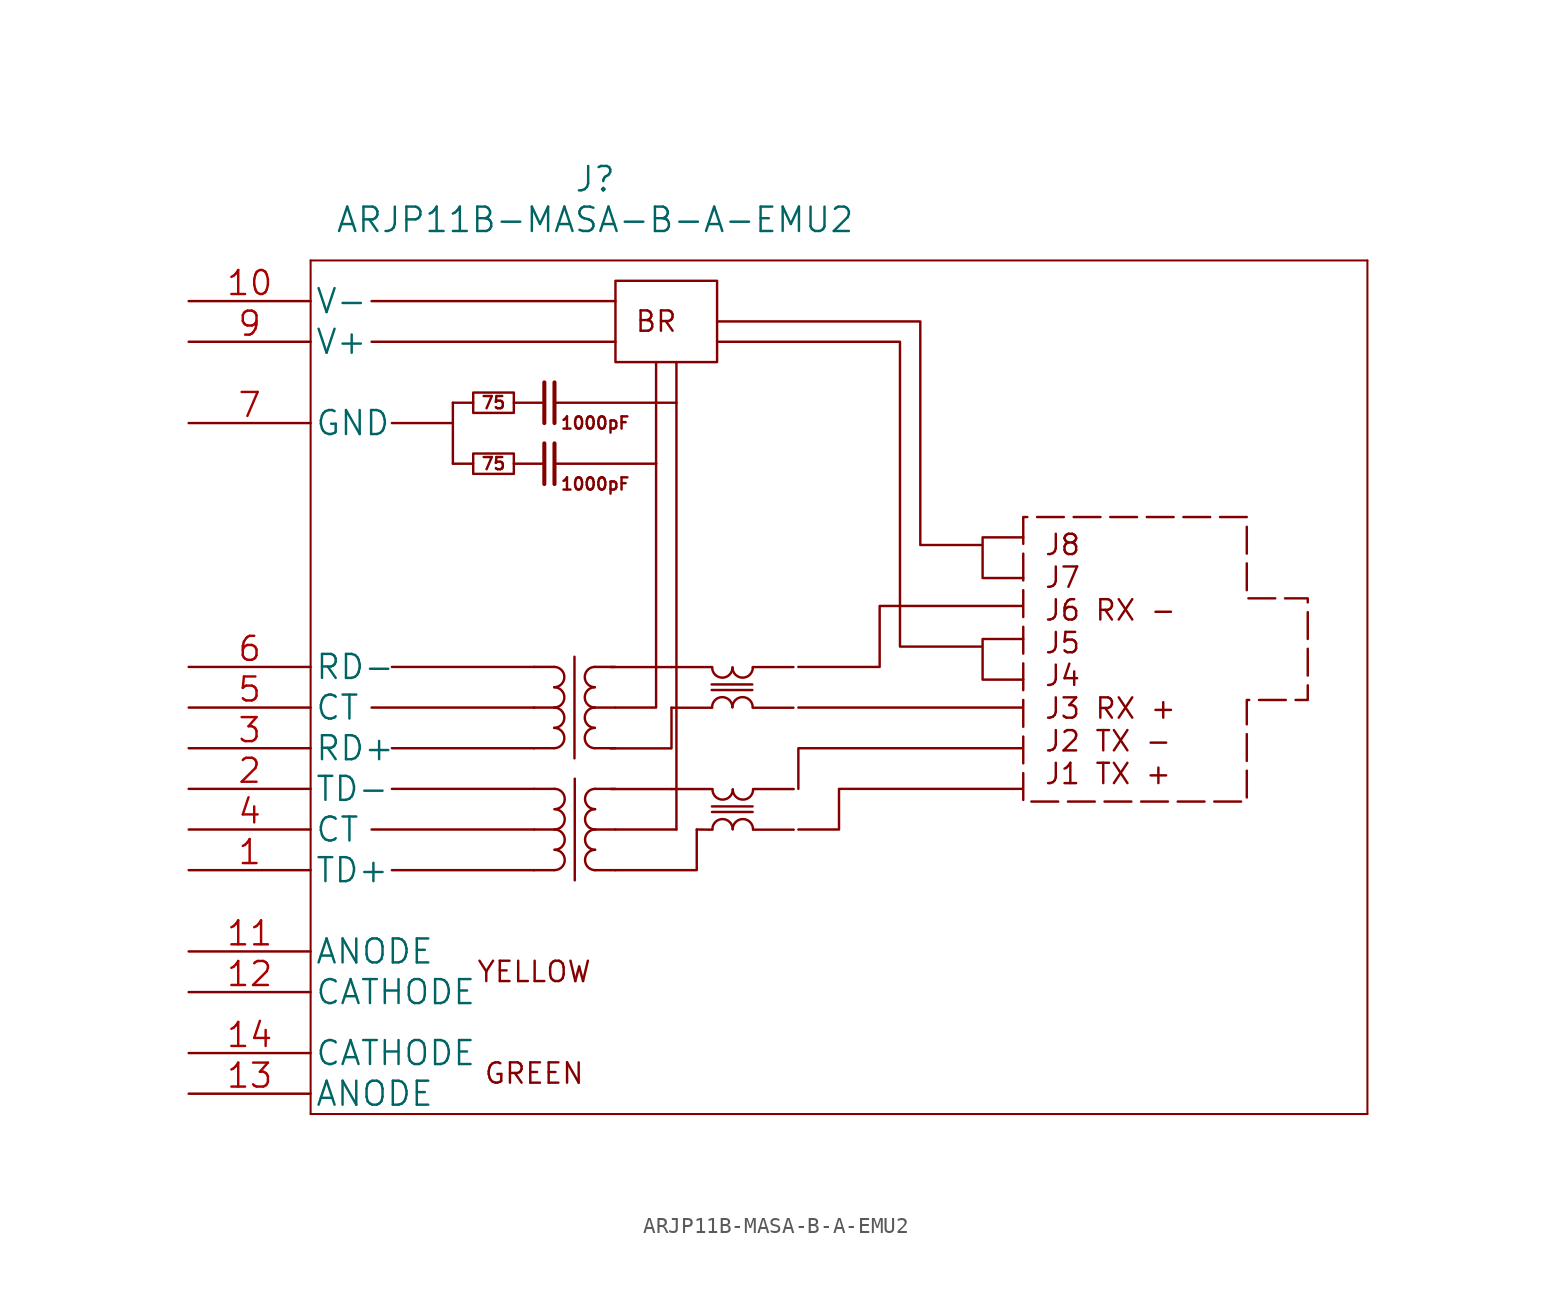
<source format=kicad_sym>
(kicad_symbol_lib
  (version 20220914)
  (generator kicad_symbol_editor)
  (symbol "ARJP11B-MASA-B-A-EMU2"
    (pin_names
      (offset 0.254))
    (property "Reference" "J"
      (at 25.4 12.7 0)
      (effects (font (size 1.524 1.524))))
    (property "Value" "ARJP11B-MASA-B-A-EMU2"
      (at 25.4 10.16 0)
      (effects (font (size 1.524 1.524))))
    (property "Datasheet" ""
      (at 0 -35.56 0)
      (effects (font (size 1.524 1.524))))
    (property "ki_locked" ""
      (at 0 0 0)
      (effects (font (size 1.27 1.27))))
    (symbol "ARJP11B-MASA-B-A-EMU2_0_0"
      (polyline (pts (xy 22.142 -5.08) (xy 20.32 -5.08)) (stroke (width 0) (type default)) (fill (type none)))
      (polyline (pts (xy 22.142 -1.27) (xy 20.32 -1.27)) (stroke (width 0) (type default)) (fill (type none)))
      (polyline (pts (xy 22.225 -3.81) (xy 22.225 -6.35)) (stroke (width 0.254) (type default)) (fill (type none)))
      (polyline (pts (xy 22.225 0) (xy 22.225 -2.54)) (stroke (width 0.254) (type default)) (fill (type none)))
      (polyline (pts (xy 22.86 -3.81) (xy 22.86 -6.35)) (stroke (width 0.254) (type default)) (fill (type none)))
      (polyline (pts (xy 22.86 0) (xy 22.86 -2.54)) (stroke (width 0.254) (type default)) (fill (type none)))
      (polyline (pts (xy 29.21 -5.08) (xy 22.86 -5.08)) (stroke (width 0) (type default)) (fill (type none)))
      (polyline (pts (xy 29.21 -1.27) (xy 22.86 -1.27)) (stroke (width 0) (type default)) (fill (type none)))
      (text "1000pF" (at 25.4 -6.35 0) (effects (font (size 0.762 0.762))))
      (text "1000pF" (at 25.4 -2.54 0) (effects (font (size 0.762 0.762))))
      (text "75" (at 19.05 -5.08 0) (effects (font (size 0.762 0.762))))
      (text "75" (at 19.05 -1.27 0) (effects (font (size 0.762 0.762)))))
    (symbol "ARJP11B-MASA-B-A-EMU2_0_1"
      (polyline (pts (xy 16.51 -5.08) (xy 17.78 -5.08)) (stroke (width 0) (type default)) (fill (type none)))
      (polyline (pts (xy 16.51 -1.27) (xy 17.78 -1.27)) (stroke (width 0) (type default)) (fill (type none)))
      (polyline (pts (xy 22.842 -22.859) (xy 21.572 -22.859)) (stroke (width 0) (type default)) (fill (type none)))
      (polyline (pts (xy 22.842 -20.319) (xy 21.572 -20.319)) (stroke (width 0) (type default)) (fill (type none)))
      (polyline (pts (xy 22.842 -17.779) (xy 21.572 -17.779)) (stroke (width 0) (type default)) (fill (type none)))
      (polyline (pts (xy 22.86 -30.48) (xy 21.59 -30.48)) (stroke (width 0) (type default)) (fill (type none)))
      (polyline (pts (xy 22.86 -27.94) (xy 21.59 -27.94)) (stroke (width 0) (type default)) (fill (type none)))
      (polyline (pts (xy 22.86 -25.4) (xy 21.59 -25.4)) (stroke (width 0) (type default)) (fill (type none)))
      (polyline (pts (xy 25.376 -22.859) (xy 26.646 -22.859)) (stroke (width 0) (type default)) (fill (type none)))
      (polyline (pts (xy 25.376 -20.319) (xy 26.646 -20.319)) (stroke (width 0) (type default)) (fill (type none)))
      (polyline (pts (xy 25.376 -17.779) (xy 26.646 -17.779)) (stroke (width 0) (type default)) (fill (type none)))
      (polyline (pts (xy 25.395 -30.48) (xy 26.665 -30.48)) (stroke (width 0) (type default)) (fill (type none)))
      (polyline (pts (xy 25.395 -27.94) (xy 26.665 -27.94)) (stroke (width 0) (type default)) (fill (type none)))
      (polyline (pts (xy 25.395 -25.4) (xy 26.665 -25.4)) (stroke (width 0) (type default)) (fill (type none)))
      (polyline (pts (xy 38.1 -20.32) (xy 52.07 -20.32)) (stroke (width 0) (type default)) (fill (type none)))
      (polyline (pts (xy 38.1 -25.4) (xy 38.1 -22.86) (xy 52.07 -22.86)) (stroke (width 0) (type default)) (fill (type none)))
      (polyline (pts (xy 38.1 -17.78) (xy 43.18 -17.78) (xy 43.18 -13.97) (xy 52.07 -13.97)) (stroke (width 0) (type default)) (fill (type none)))
      (polyline (pts (xy 49.53 -16.51) (xy 44.45 -16.51) (xy 44.45 2.54) (xy 33.02 2.54)) (stroke (width 0) (type default)) (fill (type none)))
      (polyline (pts (xy 49.53 -10.16) (xy 45.72 -10.16) (xy 45.72 3.81) (xy 33.02 3.81)) (stroke (width 0) (type default)) (fill (type none)))
      (polyline (pts (xy 52.07 -25.4) (xy 40.64 -25.4) (xy 40.64 -27.94) (xy 38.1 -27.94)) (stroke (width 0) (type default)) (fill (type none)))
      (rectangle (start 17.78 -4.445) (end 20.32 -5.715) (stroke (width 0) (type default)) (fill (type none)))
      (rectangle (start 17.78 -0.635) (end 20.32 -1.905) (stroke (width 0) (type default)) (fill (type none)))
      (arc (start 22.8418 -22.8586) (mid 23.4806 -22.2189) (end 22.8418 -21.5886) (stroke (width 0) (type default)) (fill (type none)))
      (arc (start 22.8418 -21.5886) (mid 23.4806 -20.9489) (end 22.8418 -20.3186) (stroke (width 0) (type default)) (fill (type none)))
      (arc (start 22.8418 -20.3186) (mid 23.4806 -19.6789) (end 22.8418 -19.0486) (stroke (width 0) (type default)) (fill (type none)))
      (arc (start 22.8418 -19.0486) (mid 23.4806 -18.4089) (end 22.8418 -17.7786) (stroke (width 0) (type default)) (fill (type none)))
      (arc (start 22.8684 -30.48) (mid 23.4992 -29.845) (end 22.8684 -29.21) (stroke (width 0) (type default)) (fill (type none)))
      (arc (start 22.8684 -29.21) (mid 23.4992 -28.575) (end 22.8684 -27.94) (stroke (width 0) (type default)) (fill (type none)))
      (arc (start 22.8684 -27.94) (mid 23.4992 -27.305) (end 22.8684 -26.67) (stroke (width 0) (type default)) (fill (type none)))
      (arc (start 22.8684 -26.67) (mid 23.4992 -26.035) (end 22.8684 -25.4) (stroke (width 0) (type default)) (fill (type none)))
      (arc (start 25.3764 -21.5886) (mid 24.7506 -22.2189) (end 25.3764 -22.8586) (stroke (width 0) (type default)) (fill (type none)))
      (arc (start 25.3764 -20.3186) (mid 24.7506 -20.9489) (end 25.3764 -21.5886) (stroke (width 0) (type default)) (fill (type none)))
      (arc (start 25.3764 -19.0486) (mid 24.7506 -19.6789) (end 25.3764 -20.3186) (stroke (width 0) (type default)) (fill (type none)))
      (arc (start 25.3764 -17.7786) (mid 24.7506 -18.4089) (end 25.3764 -19.0486) (stroke (width 0) (type default)) (fill (type none)))
      (arc (start 25.3946 -29.21) (mid 24.7687 -29.8454) (end 25.3946 -30.48) (stroke (width 0) (type default)) (fill (type none)))
      (arc (start 25.3946 -27.94) (mid 24.7687 -28.5754) (end 25.3946 -29.21) (stroke (width 0) (type default)) (fill (type none)))
      (arc (start 25.3946 -26.67) (mid 24.7687 -27.3054) (end 25.3946 -27.94) (stroke (width 0) (type default)) (fill (type none)))
      (arc (start 25.3946 -25.4) (mid 24.7687 -26.0354) (end 25.3946 -26.67) (stroke (width 0) (type default)) (fill (type none)))
      (arc (start 32.7136 -17.8161) (mid 33.3486 -18.4484) (end 33.9836 -17.8161) (stroke (width 0) (type default)) (fill (type none)))
      (arc (start 32.7318 -25.4375) (mid 33.3668 -26.0698) (end 34.0018 -25.4375) (stroke (width 0) (type default)) (fill (type none)))
      (arc (start 33.9782 -20.3017) (mid 33.3432 -19.6694) (end 32.7082 -20.3017) (stroke (width 0) (type default)) (fill (type none)))
      (arc (start 33.9836 -17.8161) (mid 34.6186 -18.4484) (end 35.2536 -17.8161) (stroke (width 0) (type default)) (fill (type none)))
      (arc (start 33.9964 -27.9231) (mid 33.3614 -27.2908) (end 32.7264 -27.9231) (stroke (width 0) (type default)) (fill (type none)))
      (arc (start 34.0018 -25.4375) (mid 34.6368 -26.0698) (end 35.2718 -25.4375) (stroke (width 0) (type default)) (fill (type none)))
      (arc (start 35.2482 -20.3017) (mid 34.6132 -19.6694) (end 33.9782 -20.3017) (stroke (width 0) (type default)) (fill (type none)))
      (arc (start 35.2664 -27.9231) (mid 34.6314 -27.2908) (end 33.9964 -27.9231) (stroke (width 0) (type default)) (fill (type none))))
    (symbol "ARJP11B-MASA-B-A-EMU2_1_1"
      (polyline (pts (xy 7.62 -45.72) (xy 73.66 -45.72)) (stroke (width 0.127) (type default)) (fill (type none)))
      (polyline (pts (xy 7.62 7.62) (xy 7.62 -45.72)) (stroke (width 0.127) (type default)) (fill (type none)))
      (polyline (pts (xy 16.51 -2.54) (xy 12.7 -2.54)) (stroke (width 0) (type default)) (fill (type none)))
      (polyline (pts (xy 16.51 -1.27) (xy 16.51 -5.08)) (stroke (width 0) (type default)) (fill (type none)))
      (polyline (pts (xy 21.59 -30.48) (xy 12.7 -30.48)) (stroke (width 0) (type default)) (fill (type none)))
      (polyline (pts (xy 21.59 -27.94) (xy 11.43 -27.94)) (stroke (width 0) (type default)) (fill (type none)))
      (polyline (pts (xy 21.59 -22.86) (xy 12.7 -22.86)) (stroke (width 0) (type default)) (fill (type none)))
      (polyline (pts (xy 21.59 -20.32) (xy 11.43 -20.32)) (stroke (width 0) (type default)) (fill (type none)))
      (polyline (pts (xy 21.59 -17.78) (xy 12.7 -17.78)) (stroke (width 0) (type default)) (fill (type none)))
      (polyline (pts (xy 24.109 -17.144) (xy 24.109 -23.494)) (stroke (width 0) (type default)) (fill (type none)))
      (polyline (pts (xy 24.127 -24.765) (xy 24.127 -31.115)) (stroke (width 0) (type default)) (fill (type none)))
      (polyline (pts (xy 26.67 2.54) (xy 11.43 2.54)) (stroke (width 0) (type default)) (fill (type none)))
      (polyline (pts (xy 26.67 5.08) (xy 11.43 5.08)) (stroke (width 0) (type default)) (fill (type none)))
      (polyline (pts (xy 29.21 -5.08) (xy 29.21 1.27)) (stroke (width 0) (type default)) (fill (type none)))
      (polyline (pts (xy 30.171 -17.789) (xy 26.361 -17.789)) (stroke (width 0) (type default)) (fill (type none)))
      (polyline (pts (xy 30.171 -17.789) (xy 32.711 -17.789)) (stroke (width 0) (type default)) (fill (type none)))
      (polyline (pts (xy 30.189 -25.41) (xy 26.379 -25.41)) (stroke (width 0) (type default)) (fill (type none)))
      (polyline (pts (xy 30.189 -25.41) (xy 32.729 -25.41)) (stroke (width 0) (type default)) (fill (type none)))
      (polyline (pts (xy 30.48 -27.94) (xy 26.67 -27.94)) (stroke (width 0) (type default)) (fill (type none)))
      (polyline (pts (xy 30.48 -1.27) (xy 30.48 1.27)) (stroke (width 0) (type default)) (fill (type none)))
      (polyline (pts (xy 32.68 -18.874) (xy 35.22 -18.874)) (stroke (width 0) (type default)) (fill (type none)))
      (polyline (pts (xy 32.699 -26.495) (xy 35.239 -26.495)) (stroke (width 0) (type default)) (fill (type none)))
      (polyline (pts (xy 32.711 -20.329) (xy 30.171 -20.329)) (stroke (width 0) (type default)) (fill (type none)))
      (polyline (pts (xy 32.729 -27.95) (xy 31.75 -27.94)) (stroke (width 0) (type default)) (fill (type none)))
      (polyline (pts (xy 35.223 -19.223) (xy 32.683 -19.223)) (stroke (width 0) (type default)) (fill (type none)))
      (polyline (pts (xy 35.241 -26.844) (xy 32.701 -26.844)) (stroke (width 0) (type default)) (fill (type none)))
      (polyline (pts (xy 35.251 -17.789) (xy 37.791 -17.789)) (stroke (width 0) (type default)) (fill (type none)))
      (polyline (pts (xy 35.269 -25.41) (xy 37.809 -25.41)) (stroke (width 0) (type default)) (fill (type none)))
      (polyline (pts (xy 37.791 -20.329) (xy 35.251 -20.329)) (stroke (width 0) (type default)) (fill (type none)))
      (polyline (pts (xy 37.809 -27.95) (xy 35.269 -27.95)) (stroke (width 0) (type default)) (fill (type none)))
      (polyline (pts (xy 73.66 7.62) (xy 7.62 7.62)) (stroke (width 0.127) (type default)) (fill (type none)))
      (polyline (pts (xy 73.66 7.62) (xy 73.66 -45.72)) (stroke (width 0.127) (type default)) (fill (type none)))
      (polyline (pts (xy 21.59 -25.4) (xy 12.7 -25.4) (xy 12.7 -25.4)) (stroke (width 0) (type default)) (fill (type none)))
      (polyline (pts (xy 26.361 -22.869) (xy 30.171 -22.869) (xy 30.171 -20.329)) (stroke (width 0) (type default)) (fill (type none)))
      (polyline (pts (xy 26.67 -30.48) (xy 31.75 -30.48) (xy 31.75 -27.94)) (stroke (width 0) (type default)) (fill (type none)))
      (polyline (pts (xy 29.21 -5.08) (xy 29.21 -20.32) (xy 26.67 -20.32)) (stroke (width 0) (type default)) (fill (type none)))
      (polyline (pts (xy 29.21 -1.27) (xy 30.48 -1.27) (xy 30.48 -27.94)) (stroke (width 0) (type default)) (fill (type none)))
      (polyline (pts (xy 52.153 -16.034) (xy 49.613 -16.034) (xy 49.613 -18.574) (xy 52.153 -18.574)) (stroke (width 0) (type default)) (fill (type none)))
      (polyline (pts (xy 52.153 -12.224) (xy 49.613 -12.224) (xy 49.613 -9.684) (xy 52.153 -9.684)) (stroke (width 0) (type default)) (fill (type none)))
      (polyline (pts (xy 52.153 -8.414) (xy 52.153 -26.194) (xy 66.123 -26.194) (xy 66.123 -19.844) (xy 69.933 -19.844) (xy 69.933 -13.494) (xy 66.123 -13.494) (xy 66.123 -8.414) (xy 52.153 -8.414)) (stroke (width 0) (type dash)) (fill (type none)))
      (rectangle (start 26.67 6.35) (end 33.02 1.27) (stroke (width 0) (type default)) (fill (type none)))
      (text "BR" (at 29.21 3.81 0) (effects (font (size 1.27 1.27))))
      (text "GREEN" (at 21.59 -43.18 0) (effects (font (size 1.27 1.27))))
      (text "J8\nJ7\nJ6 RX -\nJ5\nJ4\nJ3 RX +\nJ2 TX -\nJ1 TX +" (at 53.423 -17.304 0) (effects (font (size 1.27 1.27)) (justify left)))
      (text "YELLOW" (at 21.59 -36.83 0) (effects (font (size 1.27 1.27))))
      (pin unspecified line (at 0 -30.48 0) (length 7.62) (name "TD+" (effects (font (size 1.499 1.499)))) (number "1" (effects (font (size 1.499 1.499)))))
      (pin power_out line (at 0 5.08 0) (length 7.62) (name "V-" (effects (font (size 1.499 1.499)))) (number "10" (effects (font (size 1.499 1.499)))))
      (pin input line (at 0 -35.56 0) (length 7.62) (name "ANODE" (effects (font (size 1.499 1.499)))) (number "11" (effects (font (size 1.499 1.499)))))
      (pin output line (at 0 -38.1 0) (length 7.62) (name "CATHODE" (effects (font (size 1.499 1.499)))) (number "12" (effects (font (size 1.499 1.499)))))
      (pin input line (at 0 -44.45 0) (length 7.62) (name "ANODE" (effects (font (size 1.499 1.499)))) (number "13" (effects (font (size 1.499 1.499)))))
      (pin output line (at 0 -41.91 0) (length 7.62) (name "CATHODE" (effects (font (size 1.499 1.499)))) (number "14" (effects (font (size 1.499 1.499)))))
      (pin unspecified line (at 0 -25.4 0) (length 7.62) (name "TD-" (effects (font (size 1.499 1.499)))) (number "2" (effects (font (size 1.499 1.499)))))
      (pin unspecified line (at 0 -22.86 0) (length 7.62) (name "RD+" (effects (font (size 1.499 1.499)))) (number "3" (effects (font (size 1.499 1.499)))))
      (pin unspecified line (at 0 -27.94 0) (length 7.62) (name "CT" (effects (font (size 1.499 1.499)))) (number "4" (effects (font (size 1.499 1.499)))))
      (pin unspecified line (at 0 -20.32 0) (length 7.62) (name "CT" (effects (font (size 1.499 1.499)))) (number "5" (effects (font (size 1.499 1.499)))))
      (pin unspecified line (at 0 -17.78 0) (length 7.62) (name "RD-" (effects (font (size 1.499 1.499)))) (number "6" (effects (font (size 1.499 1.499)))))
      (pin unspecified line (at 0 -2.54 0) (length 7.62) (name "GND" (effects (font (size 1.499 1.499)))) (number "7" (effects (font (size 1.499 1.499)))))
      (pin power_out line (at 0 2.54 0) (length 7.62) (name "V+" (effects (font (size 1.499 1.499)))) (number "9" (effects (font (size 1.499 1.499))))))))
</source>
